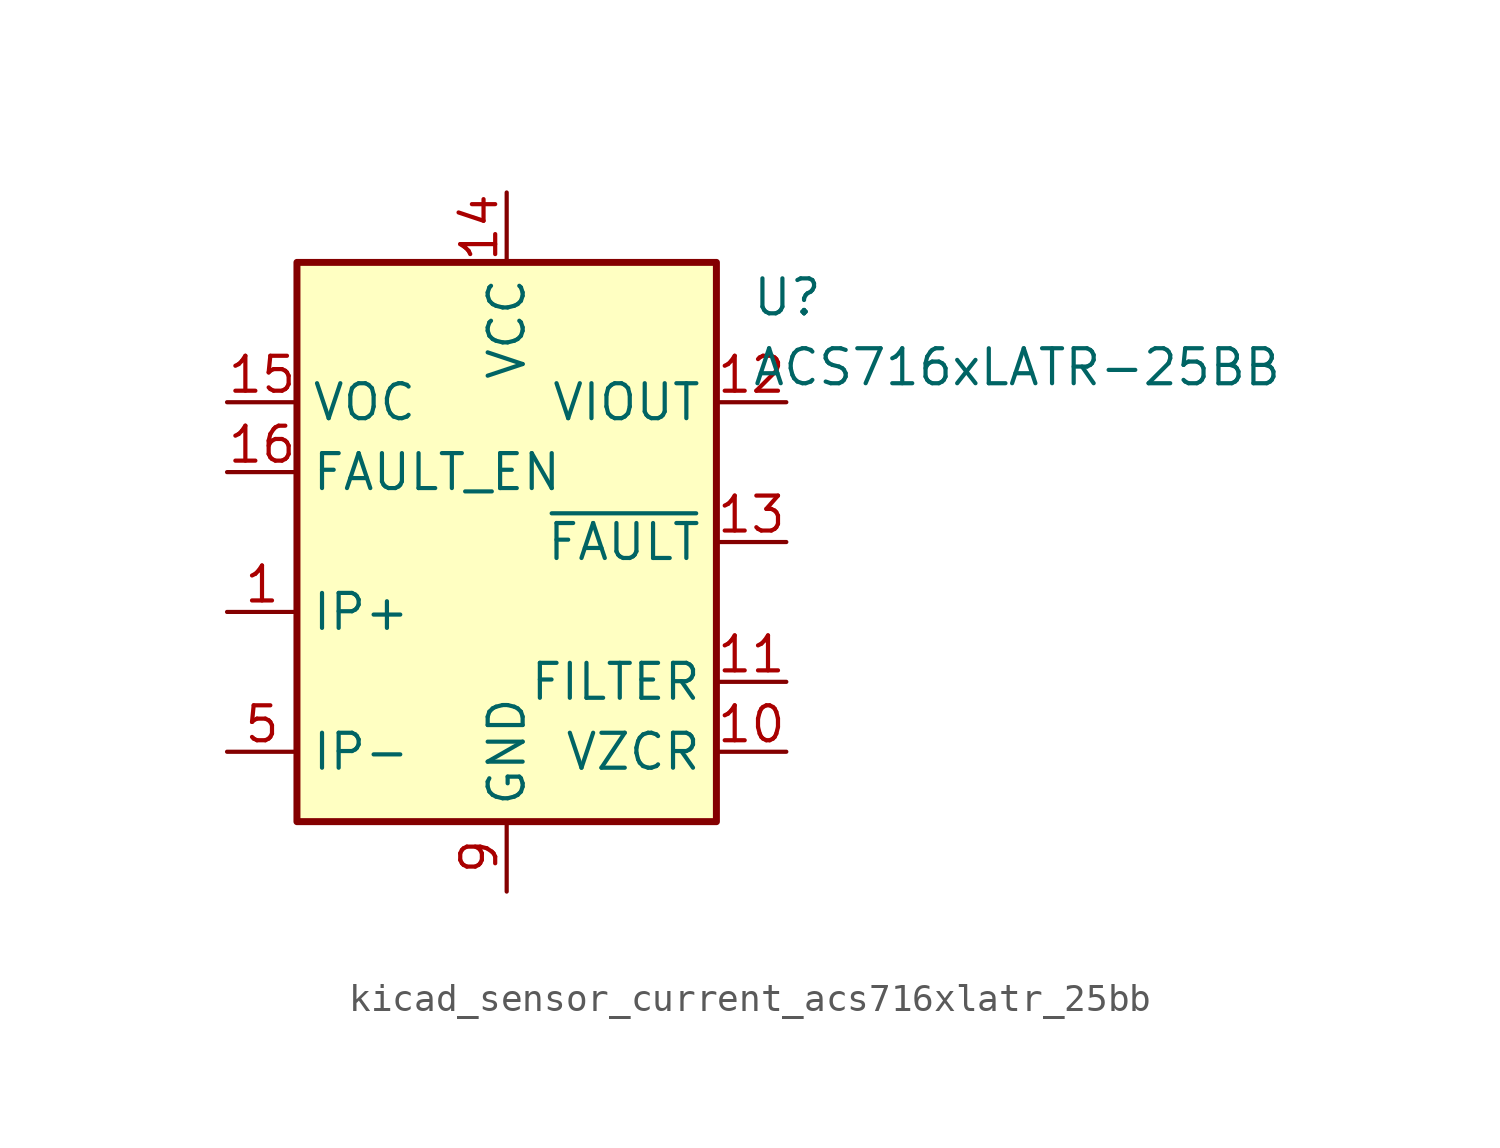
<source format=kicad_sym>
(kicad_symbol_lib
  (version 20220914)
  (generator kicad_symbol_editor)
  (symbol "kicad_sensor_current_acs716xlatr_25bb"
    (property "Reference" "U"
      (at 8.89 8.89 0)
      (effects (font (size 1.27 1.27)) (justify left)))
    (property "Value" "ACS716xLATR-25BB"
      (at 8.89 6.35 0)
      (effects (font (size 1.27 1.27)) (justify left)))
    (symbol "kicad_sensor_current_acs716xlatr_25bb_0_1"
      (rectangle (start -7.62 10.16) (end 7.62 -10.16) (stroke (width 0.254) (type default)) (fill (type background))))
    (symbol "kicad_sensor_current_acs716xlatr_25bb_1_1"
      (pin passive line (at -10.16 -2.54 0) (length 2.54) (name "IP+" (effects (font (size 1.27 1.27)))) (number "1" (effects (font (size 1.27 1.27)))))
      (pin passive line (at 10.16 -7.62 180) (length 2.54) (name "VZCR" (effects (font (size 1.27 1.27)))) (number "10" (effects (font (size 1.27 1.27)))))
      (pin passive line (at 10.16 -5.08 180) (length 2.54) (name "FILTER" (effects (font (size 1.27 1.27)))) (number "11" (effects (font (size 1.27 1.27)))))
      (pin output line (at 10.16 5.08 180) (length 2.54) (name "VIOUT" (effects (font (size 1.27 1.27)))) (number "12" (effects (font (size 1.27 1.27)))))
      (pin output line (at 10.16 0 180) (length 2.54) (name "~{FAULT}" (effects (font (size 1.27 1.27)))) (number "13" (effects (font (size 1.27 1.27)))))
      (pin power_in line (at 0 12.7 270) (length 2.54) (name "VCC" (effects (font (size 1.27 1.27)))) (number "14" (effects (font (size 1.27 1.27)))))
      (pin input line (at -10.16 5.08 0) (length 2.54) (name "VOC" (effects (font (size 1.27 1.27)))) (number "15" (effects (font (size 1.27 1.27)))))
      (pin input line (at -10.16 2.54 0) (length 2.54) (name "FAULT_EN" (effects (font (size 1.27 1.27)))) (number "16" (effects (font (size 1.27 1.27)))))
      (pin passive line (at -10.16 -2.54 0) (length 2.54) hide (name "IP+" (effects (font (size 1.27 1.27)))) (number "2" (effects (font (size 1.27 1.27)))))
      (pin passive line (at -10.16 -2.54 0) (length 2.54) hide (name "IP+" (effects (font (size 1.27 1.27)))) (number "3" (effects (font (size 1.27 1.27)))))
      (pin passive line (at -10.16 -2.54 0) (length 2.54) hide (name "IP+" (effects (font (size 1.27 1.27)))) (number "4" (effects (font (size 1.27 1.27)))))
      (pin passive line (at -10.16 -7.62 0) (length 2.54) (name "IP-" (effects (font (size 1.27 1.27)))) (number "5" (effects (font (size 1.27 1.27)))))
      (pin passive line (at -10.16 -7.62 0) (length 2.54) hide (name "IP-" (effects (font (size 1.27 1.27)))) (number "6" (effects (font (size 1.27 1.27)))))
      (pin passive line (at -10.16 -7.62 0) (length 2.54) hide (name "IP-" (effects (font (size 1.27 1.27)))) (number "7" (effects (font (size 1.27 1.27)))))
      (pin passive line (at -10.16 -7.62 0) (length 2.54) hide (name "IP-" (effects (font (size 1.27 1.27)))) (number "8" (effects (font (size 1.27 1.27)))))
      (pin power_in line (at 0 -12.7 90) (length 2.54) (name "GND" (effects (font (size 1.27 1.27)))) (number "9" (effects (font (size 1.27 1.27))))))))
</source>
